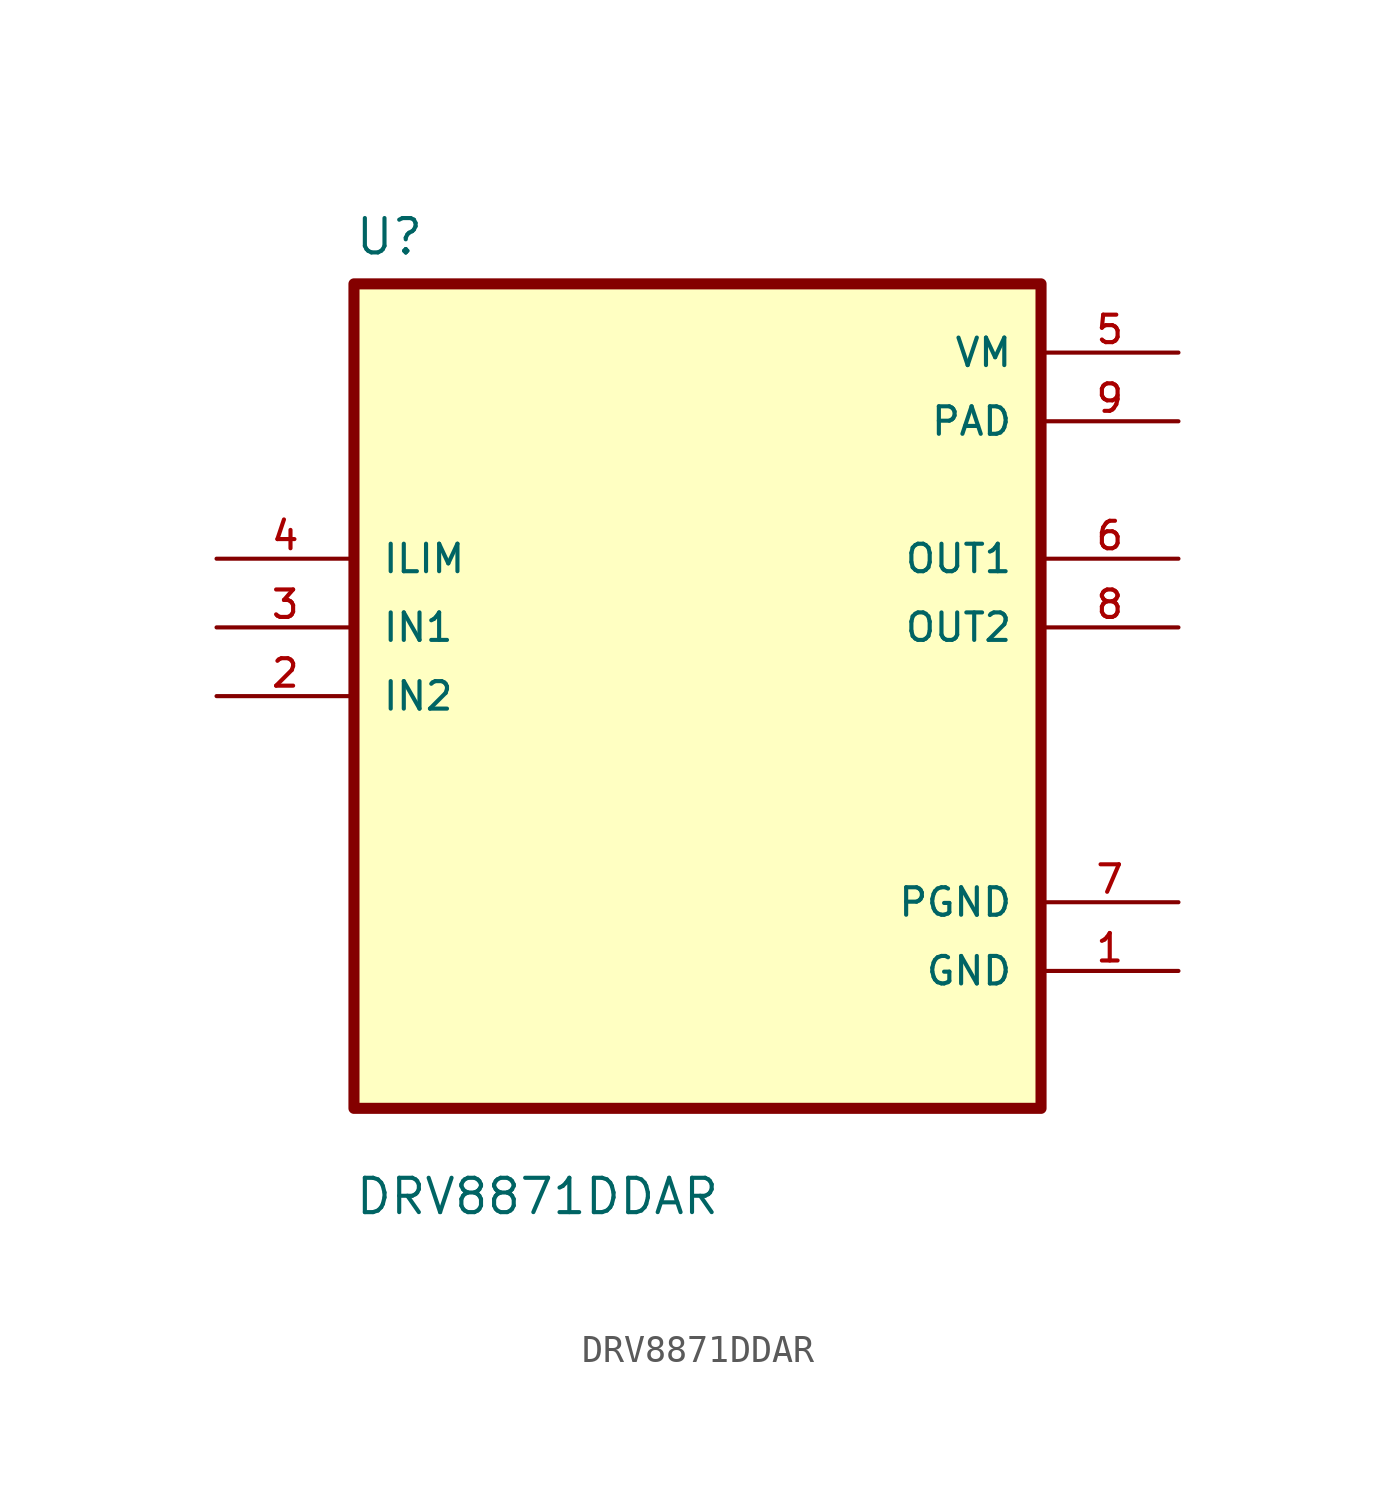
<source format=kicad_sym>
(kicad_symbol_lib
  (version 20211014)
  (generator kicad_symbol_editor)
  (symbol "DRV8871DDAR"
    (pin_names
      (offset 1.016))
    (property "Reference" "U"
      (at -12.7 16.24 0.0)
      (effects (font (size 1.27 1.27)) (justify bottom left)))
    (property "Value" "DRV8871DDAR"
      (at -12.7 -19.24 0.0)
      (effects (font (size 1.27 1.27)) (justify bottom left)))
    (symbol "DRV8871DDAR_0_0"
      (rectangle (start -12.7 -15.24) (end 12.7 15.24) (stroke (width 0.41)) (fill (type background)))
      (pin input line (at -17.78 5.08 0) (length 5.08) (name "ILIM" (effects (font (size 1.016 1.016)))) (number "4" (effects (font (size 1.016 1.016)))))
      (pin input line (at -17.78 2.54 0) (length 5.08) (name "IN1" (effects (font (size 1.016 1.016)))) (number "3" (effects (font (size 1.016 1.016)))))
      (pin input line (at -17.78 0.0 0) (length 5.08) (name "IN2" (effects (font (size 1.016 1.016)))) (number "2" (effects (font (size 1.016 1.016)))))
      (pin power_in line (at 17.78 12.7 180.0) (length 5.08) (name "VM" (effects (font (size 1.016 1.016)))) (number "5" (effects (font (size 1.016 1.016)))))
      (pin power_in line (at 17.78 10.16 180.0) (length 5.08) (name "PAD" (effects (font (size 1.016 1.016)))) (number "9" (effects (font (size 1.016 1.016)))))
      (pin output line (at 17.78 5.08 180.0) (length 5.08) (name "OUT1" (effects (font (size 1.016 1.016)))) (number "6" (effects (font (size 1.016 1.016)))))
      (pin output line (at 17.78 2.54 180.0) (length 5.08) (name "OUT2" (effects (font (size 1.016 1.016)))) (number "8" (effects (font (size 1.016 1.016)))))
      (pin power_in line (at 17.78 -7.62 180.0) (length 5.08) (name "PGND" (effects (font (size 1.016 1.016)))) (number "7" (effects (font (size 1.016 1.016)))))
      (pin power_in line (at 17.78 -10.16 180.0) (length 5.08) (name "GND" (effects (font (size 1.016 1.016)))) (number "1" (effects (font (size 1.016 1.016))))))))
</source>
